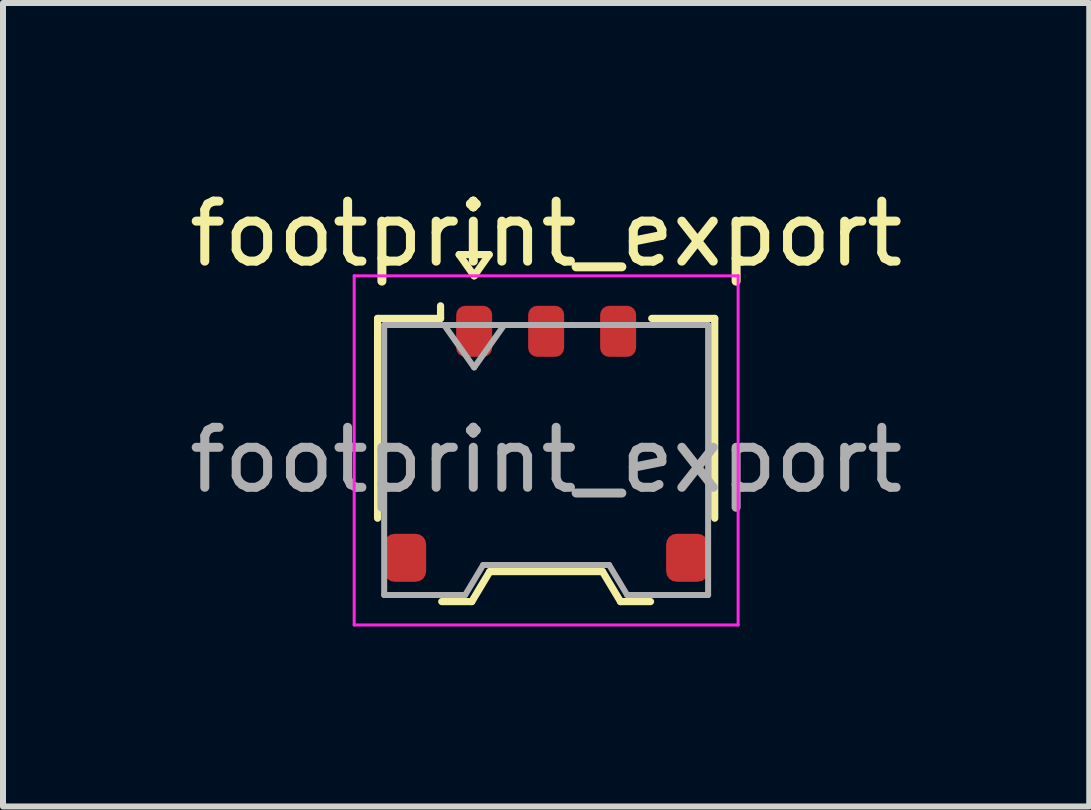
<source format=kicad_pcb>
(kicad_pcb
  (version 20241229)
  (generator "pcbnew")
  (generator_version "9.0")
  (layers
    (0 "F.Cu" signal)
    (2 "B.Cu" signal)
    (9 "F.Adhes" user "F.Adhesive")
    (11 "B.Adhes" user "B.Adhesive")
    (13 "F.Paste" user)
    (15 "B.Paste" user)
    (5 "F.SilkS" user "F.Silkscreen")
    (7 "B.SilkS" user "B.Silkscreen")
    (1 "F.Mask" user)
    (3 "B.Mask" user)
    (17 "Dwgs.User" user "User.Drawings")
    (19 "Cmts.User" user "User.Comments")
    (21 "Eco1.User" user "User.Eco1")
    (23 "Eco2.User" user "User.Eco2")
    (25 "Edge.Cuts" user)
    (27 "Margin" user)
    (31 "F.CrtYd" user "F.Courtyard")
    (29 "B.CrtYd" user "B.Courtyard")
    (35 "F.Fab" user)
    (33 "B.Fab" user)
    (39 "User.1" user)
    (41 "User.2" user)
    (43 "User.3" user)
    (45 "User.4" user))
  (footprint "footprint_export"
    (layer "F.Cu")
    (at 6.054 4.348)
    (property "Reference" "footprint_export" (at 0 -3.5 0) (layer "F.SilkS") (effects (font (size 1 1) (thickness 0.15))))
    (attr smd)
    (fp_line (start -2.81 -2.09) (end -1.76 -2.09) (stroke (width 0.12) (type solid)) (layer "F.SilkS"))
    (fp_line (start -2.81 1.24) (end -2.81 -2.09) (stroke (width 0.12) (type solid)) (layer "F.SilkS"))
    (fp_line (start -1.76 -2.09) (end -1.76 -2.3) (stroke (width 0.12) (type solid)) (layer "F.SilkS"))
    (fp_line (start -1.74 2.63) (end -1.24 2.63) (stroke (width 0.12) (type solid)) (layer "F.SilkS"))
    (fp_line (start -1.45 -3.154) (end -1.2 -2.8) (stroke (width 0.12) (type solid)) (layer "F.SilkS"))
    (fp_line (start -1.24 2.63) (end -0.94 2.13) (stroke (width 0.12) (type solid)) (layer "F.SilkS"))
    (fp_line (start -1.2 -2.8) (end -0.95 -3.154) (stroke (width 0.12) (type solid)) (layer "F.SilkS"))
    (fp_line (start -0.95 -3.154) (end -1.45 -3.154) (stroke (width 0.12) (type solid)) (layer "F.SilkS"))
    (fp_line (start -0.94 2.13) (end 0.94 2.13) (stroke (width 0.12) (type solid)) (layer "F.SilkS"))
    (fp_line (start 0.94 2.13) (end 1.24 2.63) (stroke (width 0.12) (type solid)) (layer "F.SilkS"))
    (fp_line (start 1.24 2.63) (end 1.74 2.63) (stroke (width 0.12) (type solid)) (layer "F.SilkS"))
    (fp_line (start 2.81 -2.09) (end 1.76 -2.09) (stroke (width 0.12) (type solid)) (layer "F.SilkS"))
    (fp_line (start 2.81 1.24) (end 2.81 -2.09) (stroke (width 0.12) (type solid)) (layer "F.SilkS"))
    (fp_line (start -3.2 -2.8) (end -3.2 3.02) (stroke (width 0.05) (type solid)) (layer "F.CrtYd"))
    (fp_line (start -3.2 3.02) (end 3.2 3.02) (stroke (width 0.05) (type solid)) (layer "F.CrtYd"))
    (fp_line (start 3.2 -2.8) (end -3.2 -2.8) (stroke (width 0.05) (type solid)) (layer "F.CrtYd"))
    (fp_line (start 3.2 3.02) (end 3.2 -2.8) (stroke (width 0.05) (type solid)) (layer "F.CrtYd"))
    (fp_line (start -2.7 -1.98) (end -2.7 2.52) (stroke (width 0.1) (type solid)) (layer "F.Fab"))
    (fp_line (start -2.7 -1.98) (end 2.7 -1.98) (stroke (width 0.1) (type solid)) (layer "F.Fab"))
    (fp_line (start -2.7 2.52) (end -1.35 2.52) (stroke (width 0.1) (type solid)) (layer "F.Fab"))
    (fp_line (start -1.7 -1.98) (end -1.2 -1.273) (stroke (width 0.1) (type solid)) (layer "F.Fab"))
    (fp_line (start -1.35 2.52) (end -1.05 2.02) (stroke (width 0.1) (type solid)) (layer "F.Fab"))
    (fp_line (start -1.2 -1.273) (end -0.7 -1.98) (stroke (width 0.1) (type solid)) (layer "F.Fab"))
    (fp_line (start -1.05 2.02) (end 1.05 2.02) (stroke (width 0.1) (type solid)) (layer "F.Fab"))
    (fp_line (start 1.05 2.02) (end 1.35 2.52) (stroke (width 0.1) (type solid)) (layer "F.Fab"))
    (fp_line (start 1.35 2.52) (end 2.7 2.52) (stroke (width 0.1) (type solid)) (layer "F.Fab"))
    (fp_line (start 2.7 -1.98) (end 2.7 2.52) (stroke (width 0.1) (type solid)) (layer "F.Fab"))
    (fp_text user "${REFERENCE}" (at 0 0.27 0) (layer "F.Fab") (effects (font (size 1 1) (thickness 0.15))))
    (pad "1" smd roundrect (at -1.2 -1.875) (size 0.6 0.85) (layers "F.Cu" "F.Mask" "F.Paste") (roundrect_rratio 0.25))
    (pad "2" smd roundrect (at 0 -1.875) (size 0.6 0.85) (layers "F.Cu" "F.Mask" "F.Paste") (roundrect_rratio 0.25))
    (pad "3" smd roundrect (at 1.2 -1.875) (size 0.6 0.85) (layers "F.Cu" "F.Mask" "F.Paste") (roundrect_rratio 0.25))
    (pad "MP" smd roundrect (at -2.35 1.9) (size 0.7 0.8) (layers "F.Cu" "F.Mask" "F.Paste") (roundrect_rratio 0.25))
    (pad "MP" smd roundrect (at 2.35 1.9) (size 0.7 0.8) (layers "F.Cu" "F.Mask" "F.Paste") (roundrect_rratio 0.25)))
  (gr_rect
    (start -3 -3)
    (end 15.107 10.393)
    (stroke (width 0.1) (type default))
    (fill no)
    (layer "Edge.Cuts")))
</source>
